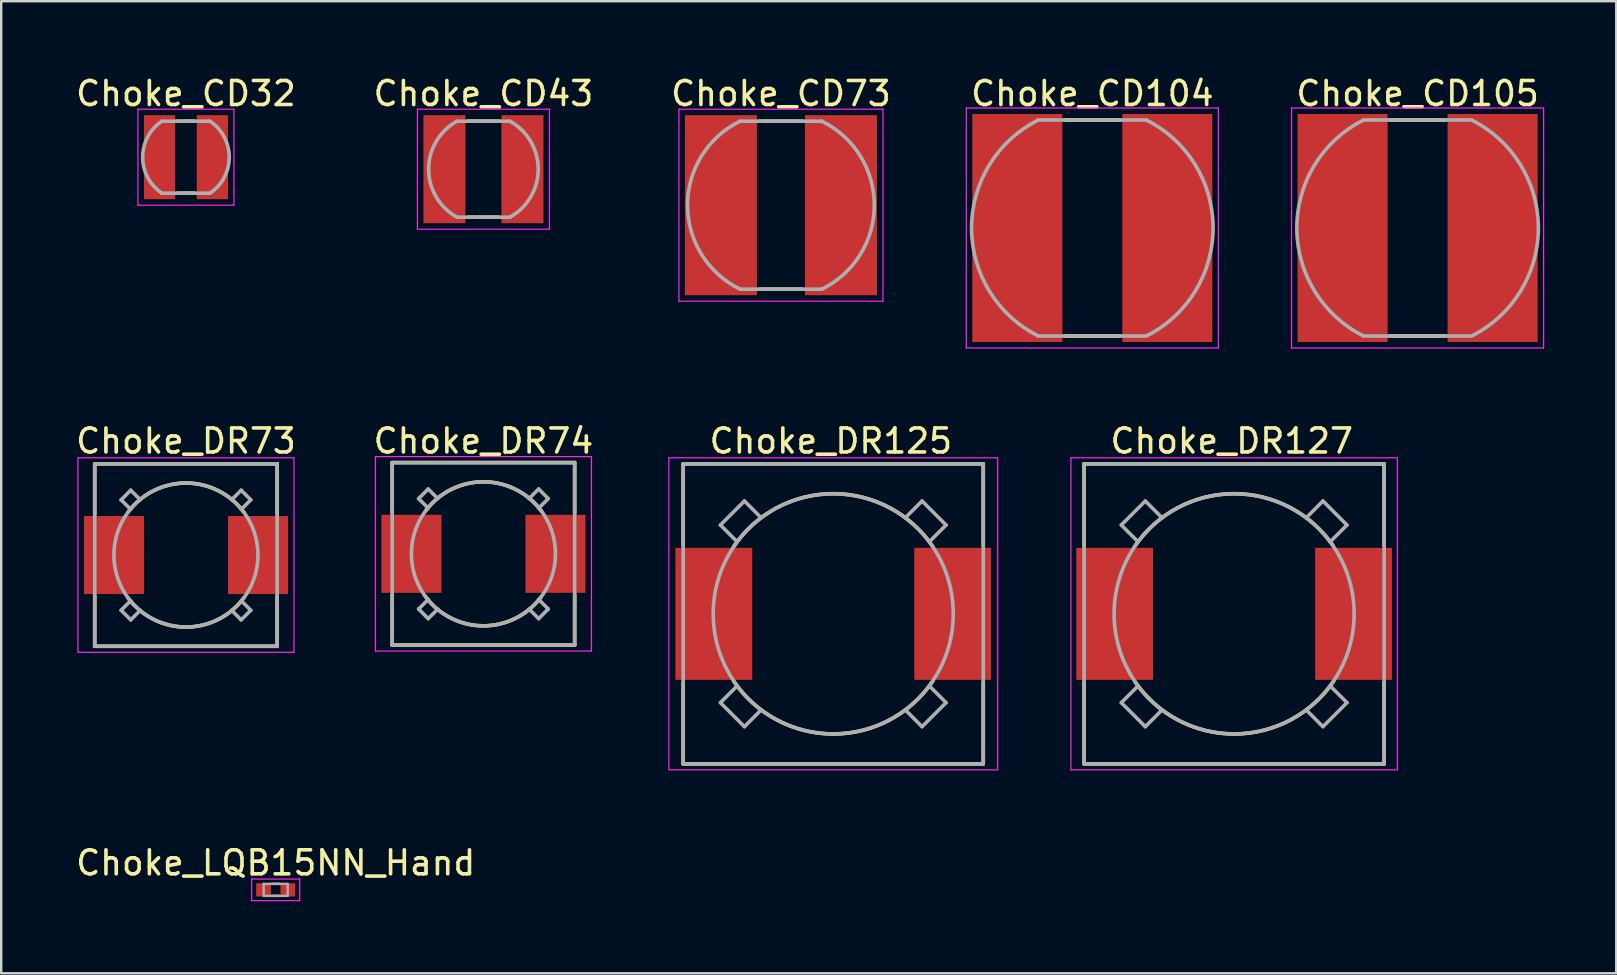
<source format=kicad_pcb>
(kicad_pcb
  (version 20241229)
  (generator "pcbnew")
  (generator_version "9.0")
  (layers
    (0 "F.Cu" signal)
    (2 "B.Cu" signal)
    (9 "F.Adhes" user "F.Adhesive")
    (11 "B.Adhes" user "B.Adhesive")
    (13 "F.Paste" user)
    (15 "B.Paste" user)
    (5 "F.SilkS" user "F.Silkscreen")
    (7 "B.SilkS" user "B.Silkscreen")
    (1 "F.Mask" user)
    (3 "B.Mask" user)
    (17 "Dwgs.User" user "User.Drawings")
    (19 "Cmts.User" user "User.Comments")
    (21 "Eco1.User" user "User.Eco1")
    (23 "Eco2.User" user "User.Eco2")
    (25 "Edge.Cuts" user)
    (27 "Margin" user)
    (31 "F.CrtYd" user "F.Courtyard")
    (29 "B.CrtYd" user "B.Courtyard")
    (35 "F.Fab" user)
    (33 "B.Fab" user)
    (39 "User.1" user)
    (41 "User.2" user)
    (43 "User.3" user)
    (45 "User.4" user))
  (footprint "Choke_DR125"
    (layer "F.Cu")
    (at 31.661 22.521)
    (property "Reference" "Choke_DR125" (at -0.1 -7.2 0) (layer "F.SilkS") (effects (font (size 1 1) (thickness 0.15))))
    (attr smd)
    (fp_line (start -6.25 -6.25) (end 6.25 -6.25) (stroke (width 0.15) (type solid)) (layer "F.SilkS"))
    (fp_line (start -6.25 -2.85) (end -6.25 -6.25) (stroke (width 0.15) (type solid)) (layer "F.SilkS"))
    (fp_line (start -6.25 6.25) (end -6.25 2.85) (stroke (width 0.15) (type solid)) (layer "F.SilkS"))
    (fp_line (start 6.25 -6.25) (end 6.25 -2.85) (stroke (width 0.15) (type solid)) (layer "F.SilkS"))
    (fp_line (start 6.25 2.85) (end 6.25 6.25) (stroke (width 0.15) (type solid)) (layer "F.SilkS"))
    (fp_line (start 6.25 6.25) (end -6.25 6.25) (stroke (width 0.15) (type solid)) (layer "F.SilkS"))
    (fp_arc (start -4.15 -2.8) (mid 0.000654 -5.006246) (end 4.150732 -2.798915) (stroke (width 0.15) (type solid)) (layer "F.SilkS"))
    (fp_arc (start 4.15 2.8) (mid -0.000654 5.006246) (end -4.150732 2.798915) (stroke (width 0.15) (type solid)) (layer "F.SilkS"))
    (fp_line (start -6.85 -6.5) (end 6.85 -6.5) (stroke (width 0.05) (type solid)) (layer "F.CrtYd"))
    (fp_line (start -6.85 6.5) (end -6.85 -6.5) (stroke (width 0.05) (type solid)) (layer "F.CrtYd"))
    (fp_line (start 6.85 -6.5) (end 6.85 6.5) (stroke (width 0.05) (type solid)) (layer "F.CrtYd"))
    (fp_line (start 6.85 6.5) (end -6.85 6.5) (stroke (width 0.05) (type solid)) (layer "F.CrtYd"))
    (fp_line (start -6.25 -6.25) (end 6.25 -6.25) (stroke (width 0.15) (type solid)) (layer "F.Fab"))
    (fp_line (start -6.25 6.25) (end -6.25 -6.25) (stroke (width 0.15) (type solid)) (layer "F.Fab"))
    (fp_line (start -4 -3) (end -4.7 -3.7) (stroke (width 0.15) (type solid)) (layer "F.Fab"))
    (fp_line (start -4 3) (end -4.7 3.7) (stroke (width 0.15) (type solid)) (layer "F.Fab"))
    (fp_line (start -3.7 -4.7) (end -4.7 -3.7) (stroke (width 0.15) (type solid)) (layer "F.Fab"))
    (fp_line (start -3.7 4.7) (end -4.7 3.7) (stroke (width 0.15) (type solid)) (layer "F.Fab"))
    (fp_line (start -3 -4) (end -3.7 -4.7) (stroke (width 0.15) (type solid)) (layer "F.Fab"))
    (fp_line (start -3 4) (end -3.7 4.7) (stroke (width 0.15) (type solid)) (layer "F.Fab"))
    (fp_line (start 3 -4) (end 3.7 -4.7) (stroke (width 0.15) (type solid)) (layer "F.Fab"))
    (fp_line (start 3 4) (end 3.7 4.7) (stroke (width 0.15) (type solid)) (layer "F.Fab"))
    (fp_line (start 3.7 -4.7) (end 4.7 -3.7) (stroke (width 0.15) (type solid)) (layer "F.Fab"))
    (fp_line (start 3.7 4.7) (end 4.7 3.7) (stroke (width 0.15) (type solid)) (layer "F.Fab"))
    (fp_line (start 4 -3) (end 4.7 -3.7) (stroke (width 0.15) (type solid)) (layer "F.Fab"))
    (fp_line (start 4 3) (end 4.7 3.7) (stroke (width 0.15) (type solid)) (layer "F.Fab"))
    (fp_line (start 6.25 -6.25) (end 6.25 6.25) (stroke (width 0.15) (type solid)) (layer "F.Fab"))
    (fp_line (start 6.25 6.25) (end -6.25 6.25) (stroke (width 0.15) (type solid)) (layer "F.Fab"))
    (fp_circle (center 0 0) (end 5 0) (stroke (width 0.15) (type solid)) (fill no) (layer "F.Fab"))
    (pad "1" smd rect (at -4.975 0 90) (size 5.5 3.2) (layers "F.Cu" "F.Mask" "F.Paste"))
    (pad "2" smd rect (at 4.975 0 90) (size 5.5 3.2) (layers "F.Cu" "F.Mask" "F.Paste")))
  (footprint "Choke_DR74"
    (layer "F.Cu")
    (at 17.089 20.021)
    (property "Reference" "Choke_DR74" (at 0 -4.7 0) (layer "F.SilkS") (effects (font (size 1 1) (thickness 0.15))))
    (attr smd)
    (fp_line (start -3.8 -3.8) (end 3.8 -3.8) (stroke (width 0.15) (type solid)) (layer "F.SilkS"))
    (fp_line (start -3.8 -1.7) (end -3.8 -3.8) (stroke (width 0.15) (type solid)) (layer "F.SilkS"))
    (fp_line (start -3.8 3.8) (end -3.8 1.7) (stroke (width 0.15) (type solid)) (layer "F.SilkS"))
    (fp_line (start 3.8 -3.8) (end 3.8 -1.7) (stroke (width 0.15) (type solid)) (layer "F.SilkS"))
    (fp_line (start 3.8 1.7) (end 3.8 3.8) (stroke (width 0.15) (type solid)) (layer "F.SilkS"))
    (fp_line (start 3.8 3.8) (end -3.8 3.8) (stroke (width 0.15) (type solid)) (layer "F.SilkS"))
    (fp_arc (start -2.4 -1.8) (mid 0.019368 -2.999937) (end 2.423041 -1.768862) (stroke (width 0.15) (type solid)) (layer "F.SilkS"))
    (fp_arc (start 2.4 1.8) (mid -0.019368 2.999937) (end -2.423041 1.768862) (stroke (width 0.15) (type solid)) (layer "F.SilkS"))
    (fp_line (start -4.5 -4.05) (end 4.5 -4.05) (stroke (width 0.05) (type solid)) (layer "F.CrtYd"))
    (fp_line (start -4.5 4.05) (end -4.5 -4.05) (stroke (width 0.05) (type solid)) (layer "F.CrtYd"))
    (fp_line (start 4.5 -4.05) (end 4.5 4.05) (stroke (width 0.05) (type solid)) (layer "F.CrtYd"))
    (fp_line (start 4.5 4.05) (end -4.5 4.05) (stroke (width 0.05) (type solid)) (layer "F.CrtYd"))
    (fp_line (start -3.8 -3.8) (end 3.8 -3.8) (stroke (width 0.15) (type solid)) (layer "F.Fab"))
    (fp_line (start -3.8 3.8) (end -3.8 -3.8) (stroke (width 0.15) (type solid)) (layer "F.Fab"))
    (fp_line (start -2.7 -2.3) (end -2.3 -2.7) (stroke (width 0.15) (type solid)) (layer "F.Fab"))
    (fp_line (start -2.7 2.3) (end -2.3 2.7) (stroke (width 0.15) (type solid)) (layer "F.Fab"))
    (fp_line (start -2.3 -2.7) (end -1.9 -2.3) (stroke (width 0.15) (type solid)) (layer "F.Fab"))
    (fp_line (start -2.3 -1.9) (end -2.7 -2.3) (stroke (width 0.15) (type solid)) (layer "F.Fab"))
    (fp_line (start -2.3 1.9) (end -2.7 2.3) (stroke (width 0.15) (type solid)) (layer "F.Fab"))
    (fp_line (start -2.3 2.7) (end -1.9 2.3) (stroke (width 0.15) (type solid)) (layer "F.Fab"))
    (fp_line (start 1.9 2.3) (end 2.3 2.7) (stroke (width 0.15) (type solid)) (layer "F.Fab"))
    (fp_line (start 2.3 -2.7) (end 1.9 -2.3) (stroke (width 0.15) (type solid)) (layer "F.Fab"))
    (fp_line (start 2.3 -1.9) (end 2.7 -2.3) (stroke (width 0.15) (type solid)) (layer "F.Fab"))
    (fp_line (start 2.3 2.7) (end 2.7 2.3) (stroke (width 0.15) (type solid)) (layer "F.Fab"))
    (fp_line (start 2.7 -2.3) (end 2.3 -2.7) (stroke (width 0.15) (type solid)) (layer "F.Fab"))
    (fp_line (start 2.7 2.3) (end 2.3 1.9) (stroke (width 0.15) (type solid)) (layer "F.Fab"))
    (fp_line (start 3.8 -3.8) (end 3.8 3.8) (stroke (width 0.15) (type solid)) (layer "F.Fab"))
    (fp_line (start 3.8 3.8) (end -3.8 3.8) (stroke (width 0.15) (type solid)) (layer "F.Fab"))
    (fp_circle (center 0 0) (end 3 0) (stroke (width 0.15) (type solid)) (fill no) (layer "F.Fab"))
    (pad "1" smd rect (at -3 0 90) (size 3.25 2.5) (layers "F.Cu" "F.Mask" "F.Paste"))
    (pad "2" smd rect (at 3 0 90) (size 3.25 2.5) (layers "F.Cu" "F.Mask" "F.Paste")))
  (footprint "Choke_CD73"
    (layer "F.Cu")
    (at 29.482 5.498)
    (property "Reference" "Choke_CD73" (at 0 -4.65 180) (layer "F.SilkS") (effects (font (size 1 1) (thickness 0.15))))
    (attr smd)
    (fp_line (start -0.9 -3.5) (end 0.9 -3.5) (stroke (width 0.15) (type solid)) (layer "F.SilkS"))
    (fp_line (start -0.9 3.5) (end 0.9 3.5) (stroke (width 0.15) (type solid)) (layer "F.SilkS"))
    (fp_line (start -4.25 -4) (end 4.25 -4) (stroke (width 0.05) (type solid)) (layer "F.CrtYd"))
    (fp_line (start -4.25 4) (end -4.25 -4) (stroke (width 0.05) (type solid)) (layer "F.CrtYd"))
    (fp_line (start 4.25 -4) (end 4.25 4) (stroke (width 0.05) (type solid)) (layer "F.CrtYd"))
    (fp_line (start 4.25 4) (end -4.25 4) (stroke (width 0.05) (type solid)) (layer "F.CrtYd"))
    (fp_line (start -1.7 -3.5) (end 1.7 -3.5) (stroke (width 0.15) (type solid)) (layer "F.Fab"))
    (fp_line (start -1.7 3.5) (end 1.7 3.5) (stroke (width 0.15) (type solid)) (layer "F.Fab"))
    (fp_arc (start -1.7 3.5) (mid -3.89101 0.006349) (end -1.711413 -3.494433) (stroke (width 0.15) (type solid)) (layer "F.Fab"))
    (fp_arc (start 1.7 -3.5) (mid 3.89101 -0.006349) (end 1.711413 3.494433) (stroke (width 0.15) (type solid)) (layer "F.Fab"))
    (pad "1" smd rect (at -2.5 0 90) (size 7.5 3) (layers "F.Cu" "F.Mask" "F.Paste"))
    (pad "2" smd rect (at 2.5 0 90) (size 7.5 3) (layers "F.Cu" "F.Mask" "F.Paste")))
  (footprint "Choke_CD104"
    (layer "F.Cu")
    (at 42.454 6.448)
    (property "Reference" "Choke_CD104" (at 0 -5.6 180) (layer "F.SilkS") (effects (font (size 1 1) (thickness 0.15))))
    (attr smd)
    (fp_line (start -1.15 -4.5) (end 1.15 -4.5) (stroke (width 0.15) (type solid)) (layer "F.SilkS"))
    (fp_line (start -1.15 4.5) (end 1.15 4.5) (stroke (width 0.15) (type solid)) (layer "F.SilkS"))
    (fp_line (start -5.25 -5) (end 5.25 -5) (stroke (width 0.05) (type solid)) (layer "F.CrtYd"))
    (fp_line (start -5.25 5) (end -5.25 -5) (stroke (width 0.05) (type solid)) (layer "F.CrtYd"))
    (fp_line (start 5.25 -5) (end 5.25 5) (stroke (width 0.05) (type solid)) (layer "F.CrtYd"))
    (fp_line (start 5.25 5) (end -5.25 5) (stroke (width 0.05) (type solid)) (layer "F.CrtYd"))
    (fp_line (start -2.25 -4.5) (end 2.25 -4.5) (stroke (width 0.15) (type solid)) (layer "F.Fab"))
    (fp_line (start -2.25 4.5) (end 2.25 4.5) (stroke (width 0.15) (type solid)) (layer "F.Fab"))
    (fp_arc (start -2.25 4.5) (mid -5.031127 0.016241) (end -2.279005 -4.48538) (stroke (width 0.15) (type solid)) (layer "F.Fab"))
    (fp_arc (start 2.25 -4.5) (mid 5.031127 -0.016241) (end 2.279005 4.48538) (stroke (width 0.15) (type solid)) (layer "F.Fab"))
    (pad "1" smd rect (at -3.125 0 90) (size 9.5 3.75) (layers "F.Cu" "F.Mask" "F.Paste"))
    (pad "2" smd rect (at 3.125 0 90) (size 9.5 3.75) (layers "F.Cu" "F.Mask" "F.Paste")))
  (footprint "Choke_DR127"
    (layer "F.Cu")
    (at 48.361 22.521)
    (property "Reference" "Choke_DR127" (at -0.1 -7.2 0) (layer "F.SilkS") (effects (font (size 1 1) (thickness 0.15))))
    (attr smd)
    (fp_line (start -6.25 -6.25) (end 6.25 -6.25) (stroke (width 0.15) (type solid)) (layer "F.SilkS"))
    (fp_line (start -6.25 -2.85) (end -6.25 -6.25) (stroke (width 0.15) (type solid)) (layer "F.SilkS"))
    (fp_line (start -6.25 6.25) (end -6.25 2.85) (stroke (width 0.15) (type solid)) (layer "F.SilkS"))
    (fp_line (start 6.25 -6.25) (end 6.25 -2.85) (stroke (width 0.15) (type solid)) (layer "F.SilkS"))
    (fp_line (start 6.25 2.85) (end 6.25 6.25) (stroke (width 0.15) (type solid)) (layer "F.SilkS"))
    (fp_line (start 6.25 6.25) (end -6.25 6.25) (stroke (width 0.15) (type solid)) (layer "F.SilkS"))
    (fp_arc (start -4.15 -2.8) (mid -0.021189 -5.006201) (end 4.126149 -2.835029) (stroke (width 0.15) (type solid)) (layer "F.SilkS"))
    (fp_arc (start 4.15 2.8) (mid 0.021189 5.006201) (end -4.126149 2.835029) (stroke (width 0.15) (type solid)) (layer "F.SilkS"))
    (fp_line (start -6.8 -6.5) (end 6.8 -6.5) (stroke (width 0.05) (type solid)) (layer "F.CrtYd"))
    (fp_line (start -6.8 6.5) (end -6.8 -6.5) (stroke (width 0.05) (type solid)) (layer "F.CrtYd"))
    (fp_line (start 6.8 -6.5) (end 6.8 6.5) (stroke (width 0.05) (type solid)) (layer "F.CrtYd"))
    (fp_line (start 6.8 6.5) (end -6.8 6.5) (stroke (width 0.05) (type solid)) (layer "F.CrtYd"))
    (fp_line (start -6.25 -6.25) (end 6.25 -6.25) (stroke (width 0.15) (type solid)) (layer "F.Fab"))
    (fp_line (start -6.25 6.25) (end -6.25 -6.25) (stroke (width 0.15) (type solid)) (layer "F.Fab"))
    (fp_line (start -4 -3) (end -4.7 -3.7) (stroke (width 0.15) (type solid)) (layer "F.Fab"))
    (fp_line (start -4 3) (end -4.7 3.7) (stroke (width 0.15) (type solid)) (layer "F.Fab"))
    (fp_line (start -3.7 -4.7) (end -4.7 -3.7) (stroke (width 0.15) (type solid)) (layer "F.Fab"))
    (fp_line (start -3.7 4.7) (end -4.7 3.7) (stroke (width 0.15) (type solid)) (layer "F.Fab"))
    (fp_line (start -3 -4) (end -3.7 -4.7) (stroke (width 0.15) (type solid)) (layer "F.Fab"))
    (fp_line (start -3 4) (end -3.7 4.7) (stroke (width 0.15) (type solid)) (layer "F.Fab"))
    (fp_line (start 3 -4) (end 3.7 -4.7) (stroke (width 0.15) (type solid)) (layer "F.Fab"))
    (fp_line (start 3 4) (end 3.7 4.7) (stroke (width 0.15) (type solid)) (layer "F.Fab"))
    (fp_line (start 3.7 -4.7) (end 4.7 -3.7) (stroke (width 0.15) (type solid)) (layer "F.Fab"))
    (fp_line (start 3.7 4.7) (end 4.7 3.7) (stroke (width 0.15) (type solid)) (layer "F.Fab"))
    (fp_line (start 4 -3) (end 4.7 -3.7) (stroke (width 0.15) (type solid)) (layer "F.Fab"))
    (fp_line (start 4 3) (end 4.7 3.7) (stroke (width 0.15) (type solid)) (layer "F.Fab"))
    (fp_line (start 6.25 -6.25) (end 6.25 6.25) (stroke (width 0.15) (type solid)) (layer "F.Fab"))
    (fp_line (start 6.25 6.25) (end -6.25 6.25) (stroke (width 0.15) (type solid)) (layer "F.Fab"))
    (fp_circle (center 0 0) (end 5 0) (stroke (width 0.15) (type solid)) (fill no) (layer "F.Fab"))
    (pad "1" smd rect (at -4.975 0 90) (size 5.5 3.2) (layers "F.Cu" "F.Mask" "F.Paste"))
    (pad "2" smd rect (at 4.975 0 90) (size 5.5 3.2) (layers "F.Cu" "F.Mask" "F.Paste")))
  (footprint "Choke_DR73"
    (layer "F.Cu")
    (at 4.696 20.072)
    (property "Reference" "Choke_DR73" (at 0 -4.75 0) (layer "F.SilkS") (effects (font (size 1 1) (thickness 0.15))))
    (attr smd)
    (fp_line (start -3.8 -3.8) (end 3.8 -3.8) (stroke (width 0.15) (type solid)) (layer "F.SilkS"))
    (fp_line (start -3.8 -1.7) (end -3.8 -3.8) (stroke (width 0.15) (type solid)) (layer "F.SilkS"))
    (fp_line (start -3.8 3.8) (end -3.8 1.7) (stroke (width 0.15) (type solid)) (layer "F.SilkS"))
    (fp_line (start 3.8 -3.8) (end 3.8 -1.7) (stroke (width 0.15) (type solid)) (layer "F.SilkS"))
    (fp_line (start 3.8 1.7) (end 3.8 3.8) (stroke (width 0.15) (type solid)) (layer "F.SilkS"))
    (fp_line (start 3.8 3.8) (end -3.8 3.8) (stroke (width 0.15) (type solid)) (layer "F.SilkS"))
    (fp_arc (start -2.4 -1.8) (mid 0.019368 -2.999937) (end 2.423041 -1.768862) (stroke (width 0.15) (type solid)) (layer "F.SilkS"))
    (fp_arc (start 2.4 1.8) (mid -0.019368 2.999937) (end -2.423041 1.768862) (stroke (width 0.15) (type solid)) (layer "F.SilkS"))
    (fp_line (start -4.5 -4.05) (end 4.5 -4.05) (stroke (width 0.05) (type solid)) (layer "F.CrtYd"))
    (fp_line (start -4.5 4.05) (end -4.5 -4.05) (stroke (width 0.05) (type solid)) (layer "F.CrtYd"))
    (fp_line (start 4.5 -4.05) (end 4.5 4.05) (stroke (width 0.05) (type solid)) (layer "F.CrtYd"))
    (fp_line (start 4.5 4.05) (end -4.5 4.05) (stroke (width 0.05) (type solid)) (layer "F.CrtYd"))
    (fp_line (start -3.8 -3.8) (end 3.8 -3.8) (stroke (width 0.15) (type solid)) (layer "F.Fab"))
    (fp_line (start -3.8 3.8) (end -3.8 -3.8) (stroke (width 0.15) (type solid)) (layer "F.Fab"))
    (fp_line (start -2.7 -2.3) (end -2.3 -2.7) (stroke (width 0.15) (type solid)) (layer "F.Fab"))
    (fp_line (start -2.7 2.3) (end -2.3 2.7) (stroke (width 0.15) (type solid)) (layer "F.Fab"))
    (fp_line (start -2.3 -2.7) (end -1.9 -2.3) (stroke (width 0.15) (type solid)) (layer "F.Fab"))
    (fp_line (start -2.3 -1.9) (end -2.7 -2.3) (stroke (width 0.15) (type solid)) (layer "F.Fab"))
    (fp_line (start -2.3 1.9) (end -2.7 2.3) (stroke (width 0.15) (type solid)) (layer "F.Fab"))
    (fp_line (start -2.3 2.7) (end -1.9 2.3) (stroke (width 0.15) (type solid)) (layer "F.Fab"))
    (fp_line (start 1.9 2.3) (end 2.3 2.7) (stroke (width 0.15) (type solid)) (layer "F.Fab"))
    (fp_line (start 2.3 -2.7) (end 1.9 -2.3) (stroke (width 0.15) (type solid)) (layer "F.Fab"))
    (fp_line (start 2.3 -1.9) (end 2.7 -2.3) (stroke (width 0.15) (type solid)) (layer "F.Fab"))
    (fp_line (start 2.3 2.7) (end 2.7 2.3) (stroke (width 0.15) (type solid)) (layer "F.Fab"))
    (fp_line (start 2.7 -2.3) (end 2.3 -2.7) (stroke (width 0.15) (type solid)) (layer "F.Fab"))
    (fp_line (start 2.7 2.3) (end 2.3 1.9) (stroke (width 0.15) (type solid)) (layer "F.Fab"))
    (fp_line (start 3.8 -3.8) (end 3.8 3.8) (stroke (width 0.15) (type solid)) (layer "F.Fab"))
    (fp_line (start 3.8 3.8) (end -3.8 3.8) (stroke (width 0.15) (type solid)) (layer "F.Fab"))
    (fp_circle (center 0 0) (end 3 0) (stroke (width 0.15) (type solid)) (fill no) (layer "F.Fab"))
    (pad "1" smd rect (at -3 0 90) (size 3.25 2.5) (layers "F.Cu" "F.Mask" "F.Paste"))
    (pad "2" smd rect (at 3 0 90) (size 3.25 2.5) (layers "F.Cu" "F.Mask" "F.Paste")))
  (footprint "Choke_CD32"
    (layer "F.Cu")
    (at 4.696 3.498)
    (property "Reference" "Choke_CD32" (at 0 -2.65 180) (layer "F.SilkS") (effects (font (size 1 1) (thickness 0.15))))
    (attr smd)
    (fp_line (start -0.35 -1.5) (end 0.35 -1.5) (stroke (width 0.15) (type solid)) (layer "F.SilkS"))
    (fp_line (start -0.35 1.5) (end 0.35 1.5) (stroke (width 0.15) (type solid)) (layer "F.SilkS"))
    (fp_line (start -2 -2) (end 2 -2) (stroke (width 0.05) (type solid)) (layer "F.CrtYd"))
    (fp_line (start -2 2) (end -2 -2) (stroke (width 0.05) (type solid)) (layer "F.CrtYd"))
    (fp_line (start 2 -2) (end 2 2) (stroke (width 0.05) (type solid)) (layer "F.CrtYd"))
    (fp_line (start 2 2) (end -2 2) (stroke (width 0.05) (type solid)) (layer "F.CrtYd"))
    (fp_line (start -1 1.5) (end 1 1.5) (stroke (width 0.15) (type solid)) (layer "F.Fab"))
    (fp_line (start 1 -1.5) (end -1 -1.5) (stroke (width 0.15) (type solid)) (layer "F.Fab"))
    (fp_arc (start -1 1.5) (mid -1.802749 0.009752) (end -1.016169 -1.489094) (stroke (width 0.15) (type solid)) (layer "F.Fab"))
    (fp_arc (start 1 -1.5) (mid 1.802749 -0.009752) (end 1.016169 1.489094) (stroke (width 0.15) (type solid)) (layer "F.Fab"))
    (pad "1" smd rect (at -1.1 0 90) (size 3.5 1.3) (layers "F.Cu" "F.Mask" "F.Paste"))
    (pad "2" smd rect (at 1.1 0 90) (size 3.5 1.3) (layers "F.Cu" "F.Mask" "F.Paste")))
  (footprint "Choke_LQB15NN_Hand"
    (layer "F.Cu")
    (at 8.435 34.02)
    (property "Reference" "Choke_LQB15NN_Hand" (at 0 -1.125 0) (layer "F.SilkS") (effects (font (size 1 1) (thickness 0.15))))
    (attr smd)
    (fp_line (start -0.15 -0.25) (end 0.15 -0.25) (stroke (width 0.1) (type solid)) (layer "F.SilkS"))
    (fp_line (start -0.15 0.25) (end 0.15 0.25) (stroke (width 0.1) (type solid)) (layer "F.SilkS"))
    (fp_line (start -1 -0.45) (end -1 0.45) (stroke (width 0.05) (type solid)) (layer "F.CrtYd"))
    (fp_line (start -1 -0.45) (end 1 -0.45) (stroke (width 0.05) (type solid)) (layer "F.CrtYd"))
    (fp_line (start -1 0.45) (end 1 0.45) (stroke (width 0.05) (type solid)) (layer "F.CrtYd"))
    (fp_line (start 1 -0.45) (end 1 0.45) (stroke (width 0.05) (type solid)) (layer "F.CrtYd"))
    (fp_line (start -0.5 -0.25) (end -0.5 0.25) (stroke (width 0.1) (type solid)) (layer "F.Fab"))
    (fp_line (start -0.5 -0.25) (end 0.5 -0.25) (stroke (width 0.1) (type solid)) (layer "F.Fab"))
    (fp_line (start -0.5 0.25) (end 0.5 0.25) (stroke (width 0.1) (type solid)) (layer "F.Fab"))
    (fp_line (start 0.5 -0.25) (end 0.5 0.25) (stroke (width 0.1) (type solid)) (layer "F.Fab"))
    (pad "1" smd rect (at -0.506 0) (size 0.613 0.55) (layers "F.Cu" "F.Mask" "F.Paste"))
    (pad "2" smd rect (at 0.506 0) (size 0.613 0.55) (layers "F.Cu" "F.Mask" "F.Paste")))
  (footprint "Choke_CD43"
    (layer "F.Cu")
    (at 17.089 3.998)
    (property "Reference" "Choke_CD43" (at 0 -3.15 180) (layer "F.SilkS") (effects (font (size 1 1) (thickness 0.15))))
    (attr smd)
    (fp_line (start -0.65 -2) (end 0.65 -2) (stroke (width 0.15) (type solid)) (layer "F.SilkS"))
    (fp_line (start -0.65 2) (end 0.65 2) (stroke (width 0.15) (type solid)) (layer "F.SilkS"))
    (fp_line (start -2.75 -2.5) (end 2.75 -2.5) (stroke (width 0.05) (type solid)) (layer "F.CrtYd"))
    (fp_line (start -2.75 2.5) (end -2.75 -2.5) (stroke (width 0.05) (type solid)) (layer "F.CrtYd"))
    (fp_line (start 2.75 -2.5) (end 2.75 2.5) (stroke (width 0.05) (type solid)) (layer "F.CrtYd"))
    (fp_line (start 2.75 2.5) (end -2.75 2.5) (stroke (width 0.05) (type solid)) (layer "F.CrtYd"))
    (fp_line (start -1.1 -2) (end 1.1 -2) (stroke (width 0.15) (type solid)) (layer "F.Fab"))
    (fp_line (start -1.1 2) (end 1.1 2) (stroke (width 0.15) (type solid)) (layer "F.Fab"))
    (fp_arc (start -1.1 2) (mid -2.28254 0.003554) (end -1.106222 -1.996565) (stroke (width 0.15) (type solid)) (layer "F.Fab"))
    (fp_arc (start 1.1 -2) (mid 2.28254 -0.003554) (end 1.106222 1.996565) (stroke (width 0.15) (type solid)) (layer "F.Fab"))
    (pad "1" smd rect (at -1.625 0 90) (size 4.5 1.75) (layers "F.Cu" "F.Mask" "F.Paste"))
    (pad "2" smd rect (at 1.625 0 90) (size 4.5 1.75) (layers "F.Cu" "F.Mask" "F.Paste")))
  (footprint "Choke_CD105"
    (layer "F.Cu")
    (at 56.004 6.448)
    (property "Reference" "Choke_CD105" (at 0 -5.6 180) (layer "F.SilkS") (effects (font (size 1 1) (thickness 0.15))))
    (attr smd)
    (fp_line (start -1.15 -4.5) (end 1.15 -4.5) (stroke (width 0.15) (type solid)) (layer "F.SilkS"))
    (fp_line (start -1.15 4.5) (end 1.15 4.5) (stroke (width 0.15) (type solid)) (layer "F.SilkS"))
    (fp_line (start -5.25 -5) (end 5.25 -5) (stroke (width 0.05) (type solid)) (layer "F.CrtYd"))
    (fp_line (start -5.25 5) (end -5.25 -5) (stroke (width 0.05) (type solid)) (layer "F.CrtYd"))
    (fp_line (start 5.25 -5) (end 5.25 5) (stroke (width 0.05) (type solid)) (layer "F.CrtYd"))
    (fp_line (start 5.25 5) (end -5.25 5) (stroke (width 0.05) (type solid)) (layer "F.CrtYd"))
    (fp_line (start -2.25 -4.5) (end 2.25 -4.5) (stroke (width 0.15) (type solid)) (layer "F.Fab"))
    (fp_line (start -2.25 4.5) (end 2.25 4.5) (stroke (width 0.15) (type solid)) (layer "F.Fab"))
    (fp_arc (start -2.25 4.5) (mid -5.031127 0.016241) (end -2.279005 -4.48538) (stroke (width 0.15) (type solid)) (layer "F.Fab"))
    (fp_arc (start 2.25 -4.5) (mid 5.031127 -0.016241) (end 2.279005 4.48538) (stroke (width 0.15) (type solid)) (layer "F.Fab"))
    (pad "1" smd rect (at -3.125 0 90) (size 9.5 3.75) (layers "F.Cu" "F.Mask" "F.Paste"))
    (pad "2" smd rect (at 3.125 0 90) (size 9.5 3.75) (layers "F.Cu" "F.Mask" "F.Paste")))
  (gr_rect
    (start -3 -3)
    (end 64.279 37.495)
    (stroke (width 0.1) (type default))
    (fill no)
    (layer "Edge.Cuts")))
</source>
